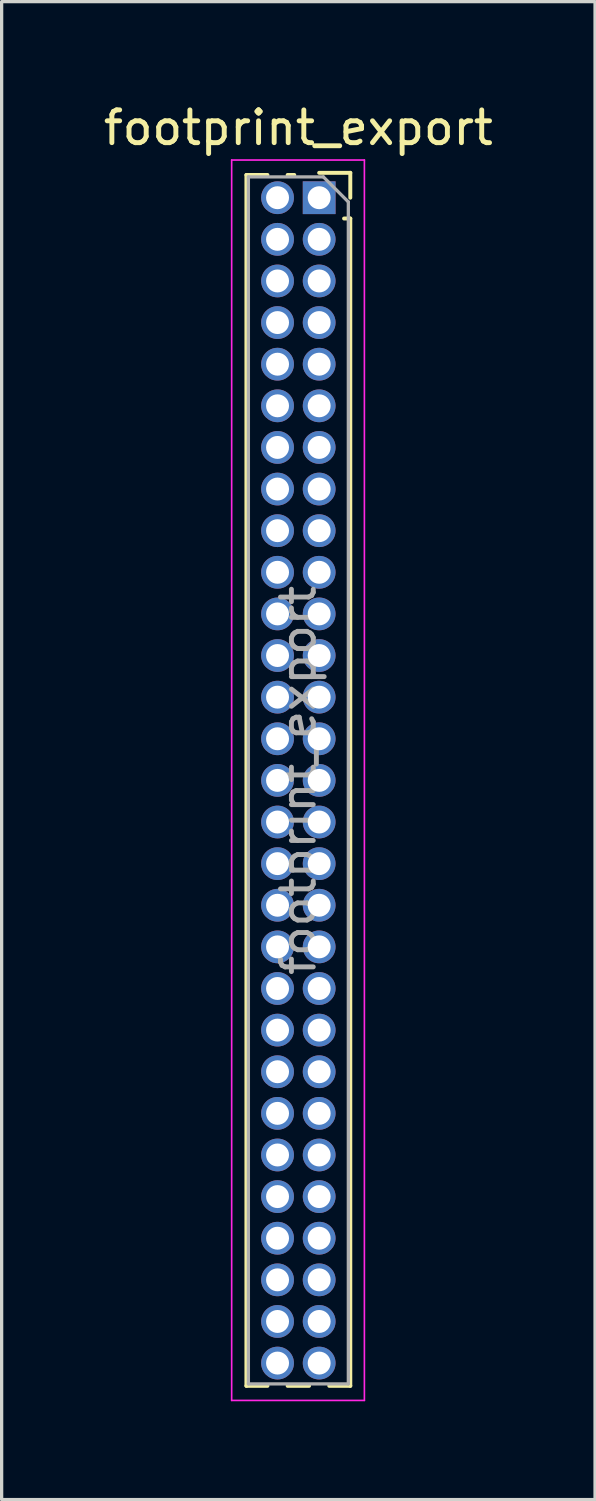
<source format=kicad_pcb>
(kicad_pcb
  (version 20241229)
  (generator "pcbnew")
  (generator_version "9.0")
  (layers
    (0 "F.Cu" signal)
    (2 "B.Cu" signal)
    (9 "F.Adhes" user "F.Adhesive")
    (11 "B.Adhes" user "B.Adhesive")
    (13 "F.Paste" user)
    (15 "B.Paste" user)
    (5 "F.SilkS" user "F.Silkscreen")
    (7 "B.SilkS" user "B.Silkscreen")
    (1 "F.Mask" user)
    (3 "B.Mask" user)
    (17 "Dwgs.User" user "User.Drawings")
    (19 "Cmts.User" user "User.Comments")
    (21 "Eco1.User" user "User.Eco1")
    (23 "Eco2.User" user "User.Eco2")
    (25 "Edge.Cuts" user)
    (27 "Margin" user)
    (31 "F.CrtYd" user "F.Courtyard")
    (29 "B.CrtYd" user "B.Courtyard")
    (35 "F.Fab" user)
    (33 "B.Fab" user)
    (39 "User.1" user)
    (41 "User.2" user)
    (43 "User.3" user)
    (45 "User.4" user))
  (footprint "footprint_export"
    (layer "F.Cu")
    (at 6.689 2.983)
    (property "Reference" "footprint_export" (at -0.635 -2.135 0) (layer "F.SilkS") (effects (font (size 1 1) (thickness 0.15))))
    (attr through_hole)
    (fp_line (start -2.22 -0.695) (end -2.22 36.255) (stroke (width 0.12) (type solid)) (layer "F.SilkS"))
    (fp_line (start -2.22 -0.695) (end -1.578 -0.695) (stroke (width 0.12) (type solid)) (layer "F.SilkS"))
    (fp_line (start -2.22 36.255) (end -1.578 36.255) (stroke (width 0.12) (type solid)) (layer "F.SilkS"))
    (fp_line (start -0.962 -0.695) (end -0.76 -0.695) (stroke (width 0.12) (type solid)) (layer "F.SilkS"))
    (fp_line (start -0.962 36.255) (end -0.308 36.255) (stroke (width 0.12) (type solid)) (layer "F.SilkS"))
    (fp_line (start 0 -0.76) (end 0.95 -0.76) (stroke (width 0.12) (type solid)) (layer "F.SilkS"))
    (fp_line (start 0.308 36.255) (end 0.95 36.255) (stroke (width 0.12) (type solid)) (layer "F.SilkS"))
    (fp_line (start 0.76 0.635) (end 0.95 0.635) (stroke (width 0.12) (type solid)) (layer "F.SilkS"))
    (fp_line (start 0.95 -0.76) (end 0.95 0) (stroke (width 0.12) (type solid)) (layer "F.SilkS"))
    (fp_line (start 0.95 0.635) (end 0.95 36.255) (stroke (width 0.12) (type solid)) (layer "F.SilkS"))
    (fp_line (start -2.67 -1.15) (end 1.38 -1.15) (stroke (width 0.05) (type solid)) (layer "F.CrtYd"))
    (fp_line (start -2.67 36.7) (end -2.67 -1.15) (stroke (width 0.05) (type solid)) (layer "F.CrtYd"))
    (fp_line (start 1.38 -1.15) (end 1.38 36.7) (stroke (width 0.05) (type solid)) (layer "F.CrtYd"))
    (fp_line (start 1.38 36.7) (end -2.67 36.7) (stroke (width 0.05) (type solid)) (layer "F.CrtYd"))
    (fp_line (start -2.16 -0.635) (end 0.128 -0.635) (stroke (width 0.1) (type solid)) (layer "F.Fab"))
    (fp_line (start -2.16 36.195) (end -2.16 -0.635) (stroke (width 0.1) (type solid)) (layer "F.Fab"))
    (fp_line (start 0.128 -0.635) (end 0.89 0.128) (stroke (width 0.1) (type solid)) (layer "F.Fab"))
    (fp_line (start 0.89 0.128) (end 0.89 36.195) (stroke (width 0.1) (type solid)) (layer "F.Fab"))
    (fp_line (start 0.89 36.195) (end -2.16 36.195) (stroke (width 0.1) (type solid)) (layer "F.Fab"))
    (fp_text user "${REFERENCE}" (at -0.635 17.78 90) (layer "F.Fab") (effects (font (size 1 1) (thickness 0.15))))
    (pad "1" thru_hole rect (at 0 0) (size 1 1) (drill 0.7) (layers "*.Cu" "*.Mask"))
    (pad "2" thru_hole oval (at -1.27 0) (size 1 1) (drill 0.7) (layers "*.Cu" "*.Mask"))
    (pad "3" thru_hole oval (at 0 1.27) (size 1 1) (drill 0.7) (layers "*.Cu" "*.Mask"))
    (pad "4" thru_hole oval (at -1.27 1.27) (size 1 1) (drill 0.7) (layers "*.Cu" "*.Mask"))
    (pad "5" thru_hole oval (at 0 2.54) (size 1 1) (drill 0.7) (layers "*.Cu" "*.Mask"))
    (pad "6" thru_hole oval (at -1.27 2.54) (size 1 1) (drill 0.7) (layers "*.Cu" "*.Mask"))
    (pad "7" thru_hole oval (at 0 3.81) (size 1 1) (drill 0.7) (layers "*.Cu" "*.Mask"))
    (pad "8" thru_hole oval (at -1.27 3.81) (size 1 1) (drill 0.7) (layers "*.Cu" "*.Mask"))
    (pad "9" thru_hole oval (at 0 5.08) (size 1 1) (drill 0.7) (layers "*.Cu" "*.Mask"))
    (pad "10" thru_hole oval (at -1.27 5.08) (size 1 1) (drill 0.7) (layers "*.Cu" "*.Mask"))
    (pad "11" thru_hole oval (at 0 6.35) (size 1 1) (drill 0.7) (layers "*.Cu" "*.Mask"))
    (pad "12" thru_hole oval (at -1.27 6.35) (size 1 1) (drill 0.7) (layers "*.Cu" "*.Mask"))
    (pad "13" thru_hole oval (at 0 7.62) (size 1 1) (drill 0.7) (layers "*.Cu" "*.Mask"))
    (pad "14" thru_hole oval (at -1.27 7.62) (size 1 1) (drill 0.7) (layers "*.Cu" "*.Mask"))
    (pad "15" thru_hole oval (at 0 8.89) (size 1 1) (drill 0.7) (layers "*.Cu" "*.Mask"))
    (pad "16" thru_hole oval (at -1.27 8.89) (size 1 1) (drill 0.7) (layers "*.Cu" "*.Mask"))
    (pad "17" thru_hole oval (at 0 10.16) (size 1 1) (drill 0.7) (layers "*.Cu" "*.Mask"))
    (pad "18" thru_hole oval (at -1.27 10.16) (size 1 1) (drill 0.7) (layers "*.Cu" "*.Mask"))
    (pad "19" thru_hole oval (at 0 11.43) (size 1 1) (drill 0.7) (layers "*.Cu" "*.Mask"))
    (pad "20" thru_hole oval (at -1.27 11.43) (size 1 1) (drill 0.7) (layers "*.Cu" "*.Mask"))
    (pad "21" thru_hole oval (at 0 12.7) (size 1 1) (drill 0.7) (layers "*.Cu" "*.Mask"))
    (pad "22" thru_hole oval (at -1.27 12.7) (size 1 1) (drill 0.7) (layers "*.Cu" "*.Mask"))
    (pad "23" thru_hole oval (at 0 13.97) (size 1 1) (drill 0.7) (layers "*.Cu" "*.Mask"))
    (pad "24" thru_hole oval (at -1.27 13.97) (size 1 1) (drill 0.7) (layers "*.Cu" "*.Mask"))
    (pad "25" thru_hole oval (at 0 15.24) (size 1 1) (drill 0.7) (layers "*.Cu" "*.Mask"))
    (pad "26" thru_hole oval (at -1.27 15.24) (size 1 1) (drill 0.7) (layers "*.Cu" "*.Mask"))
    (pad "27" thru_hole oval (at 0 16.51) (size 1 1) (drill 0.7) (layers "*.Cu" "*.Mask"))
    (pad "28" thru_hole oval (at -1.27 16.51) (size 1 1) (drill 0.7) (layers "*.Cu" "*.Mask"))
    (pad "29" thru_hole oval (at 0 17.78) (size 1 1) (drill 0.7) (layers "*.Cu" "*.Mask"))
    (pad "30" thru_hole oval (at -1.27 17.78) (size 1 1) (drill 0.7) (layers "*.Cu" "*.Mask"))
    (pad "31" thru_hole oval (at 0 19.05) (size 1 1) (drill 0.7) (layers "*.Cu" "*.Mask"))
    (pad "32" thru_hole oval (at -1.27 19.05) (size 1 1) (drill 0.7) (layers "*.Cu" "*.Mask"))
    (pad "33" thru_hole oval (at 0 20.32) (size 1 1) (drill 0.7) (layers "*.Cu" "*.Mask"))
    (pad "34" thru_hole oval (at -1.27 20.32) (size 1 1) (drill 0.7) (layers "*.Cu" "*.Mask"))
    (pad "35" thru_hole oval (at 0 21.59) (size 1 1) (drill 0.7) (layers "*.Cu" "*.Mask"))
    (pad "36" thru_hole oval (at -1.27 21.59) (size 1 1) (drill 0.7) (layers "*.Cu" "*.Mask"))
    (pad "37" thru_hole oval (at 0 22.86) (size 1 1) (drill 0.7) (layers "*.Cu" "*.Mask"))
    (pad "38" thru_hole oval (at -1.27 22.86) (size 1 1) (drill 0.7) (layers "*.Cu" "*.Mask"))
    (pad "39" thru_hole oval (at 0 24.13) (size 1 1) (drill 0.7) (layers "*.Cu" "*.Mask"))
    (pad "40" thru_hole oval (at -1.27 24.13) (size 1 1) (drill 0.7) (layers "*.Cu" "*.Mask"))
    (pad "41" thru_hole oval (at 0 25.4) (size 1 1) (drill 0.7) (layers "*.Cu" "*.Mask"))
    (pad "42" thru_hole oval (at -1.27 25.4) (size 1 1) (drill 0.7) (layers "*.Cu" "*.Mask"))
    (pad "43" thru_hole oval (at 0 26.67) (size 1 1) (drill 0.7) (layers "*.Cu" "*.Mask"))
    (pad "44" thru_hole oval (at -1.27 26.67) (size 1 1) (drill 0.7) (layers "*.Cu" "*.Mask"))
    (pad "45" thru_hole oval (at 0 27.94) (size 1 1) (drill 0.7) (layers "*.Cu" "*.Mask"))
    (pad "46" thru_hole oval (at -1.27 27.94) (size 1 1) (drill 0.7) (layers "*.Cu" "*.Mask"))
    (pad "47" thru_hole oval (at 0 29.21) (size 1 1) (drill 0.7) (layers "*.Cu" "*.Mask"))
    (pad "48" thru_hole oval (at -1.27 29.21) (size 1 1) (drill 0.7) (layers "*.Cu" "*.Mask"))
    (pad "49" thru_hole oval (at 0 30.48) (size 1 1) (drill 0.7) (layers "*.Cu" "*.Mask"))
    (pad "50" thru_hole oval (at -1.27 30.48) (size 1 1) (drill 0.7) (layers "*.Cu" "*.Mask"))
    (pad "51" thru_hole oval (at 0 31.75) (size 1 1) (drill 0.7) (layers "*.Cu" "*.Mask"))
    (pad "52" thru_hole oval (at -1.27 31.75) (size 1 1) (drill 0.7) (layers "*.Cu" "*.Mask"))
    (pad "53" thru_hole oval (at 0 33.02) (size 1 1) (drill 0.7) (layers "*.Cu" "*.Mask"))
    (pad "54" thru_hole oval (at -1.27 33.02) (size 1 1) (drill 0.7) (layers "*.Cu" "*.Mask"))
    (pad "55" thru_hole oval (at 0 34.29) (size 1 1) (drill 0.7) (layers "*.Cu" "*.Mask"))
    (pad "56" thru_hole oval (at -1.27 34.29) (size 1 1) (drill 0.7) (layers "*.Cu" "*.Mask"))
    (pad "57" thru_hole oval (at 0 35.56) (size 1 1) (drill 0.7) (layers "*.Cu" "*.Mask"))
    (pad "58" thru_hole oval (at -1.27 35.56) (size 1 1) (drill 0.7) (layers "*.Cu" "*.Mask")))
  (gr_rect
    (start -3 -3)
    (end 15.107 42.708)
    (stroke (width 0.1) (type default))
    (fill no)
    (layer "Edge.Cuts")))
</source>
